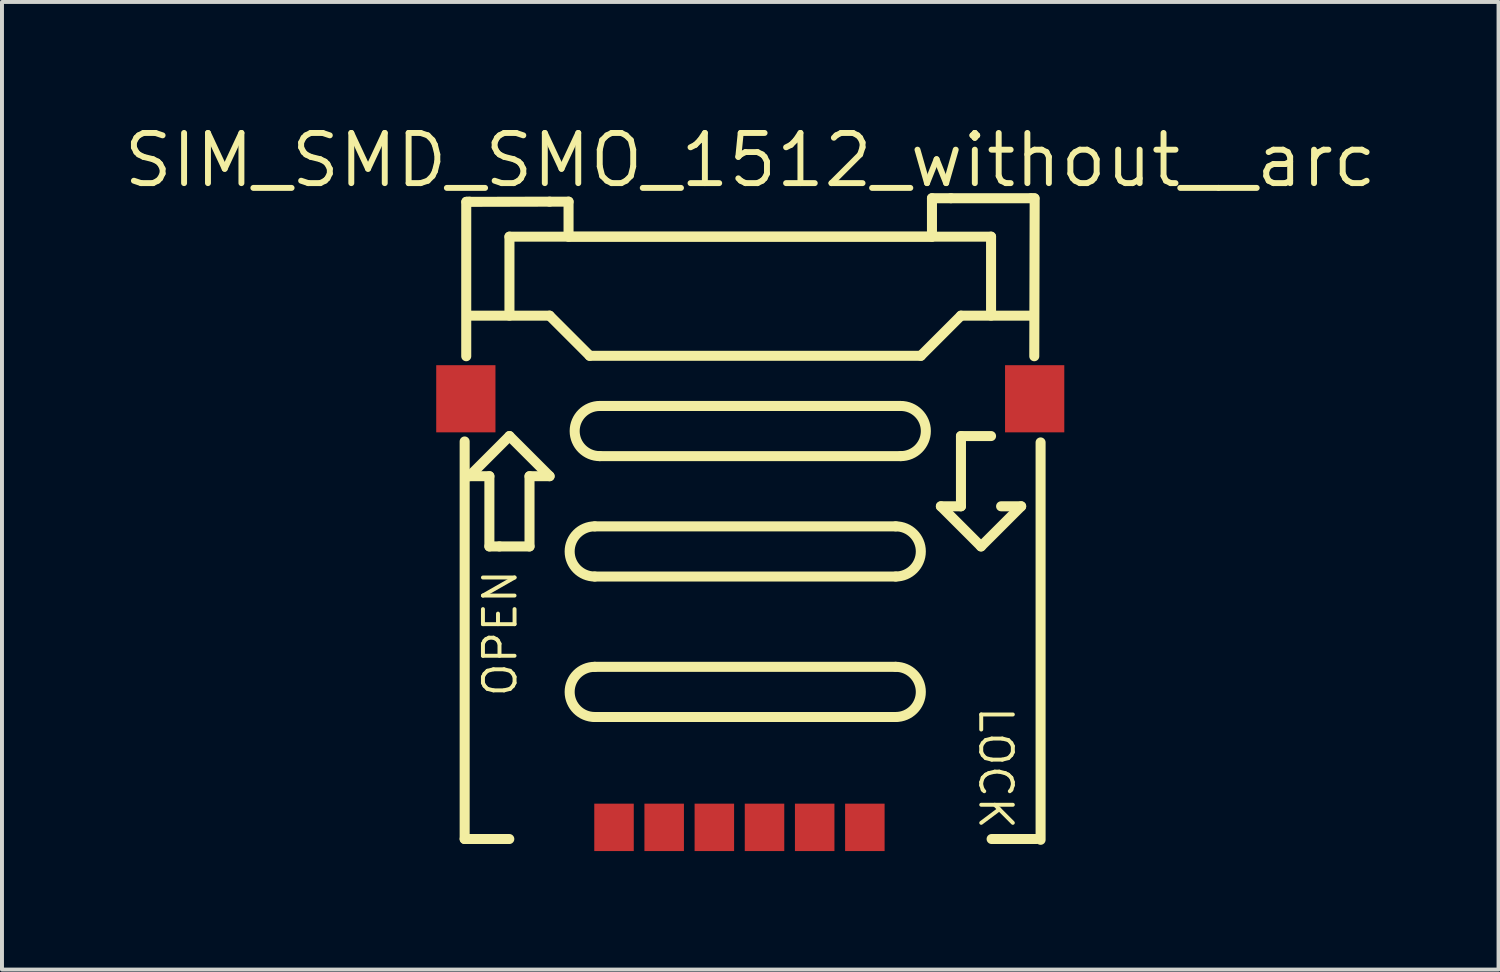
<source format=kicad_pcb>
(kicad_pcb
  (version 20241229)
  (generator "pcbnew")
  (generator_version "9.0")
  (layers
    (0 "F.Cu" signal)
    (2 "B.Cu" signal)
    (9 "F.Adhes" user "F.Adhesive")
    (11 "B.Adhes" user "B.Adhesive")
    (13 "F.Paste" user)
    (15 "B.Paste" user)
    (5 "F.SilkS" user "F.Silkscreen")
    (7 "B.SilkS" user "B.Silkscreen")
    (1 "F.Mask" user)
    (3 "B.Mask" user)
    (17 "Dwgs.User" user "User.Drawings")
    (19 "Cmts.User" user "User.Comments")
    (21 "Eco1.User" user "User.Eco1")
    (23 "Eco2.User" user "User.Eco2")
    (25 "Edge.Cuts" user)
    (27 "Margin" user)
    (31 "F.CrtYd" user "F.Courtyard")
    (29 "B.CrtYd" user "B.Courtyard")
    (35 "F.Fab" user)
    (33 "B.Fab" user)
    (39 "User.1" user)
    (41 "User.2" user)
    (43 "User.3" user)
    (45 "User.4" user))
  (footprint "SIM_SMD_SMO_1512_without__arc"
    (layer "F.Cu")
    (at 15.943 12.47)
    (property "Reference" "SIM_SMD_SMO_1512_without__arc" (at 0 -11.464 180) (layer "F.SilkS") (effects (font (size 1.27 1.27) (thickness 0.15))))
    (fp_line (start -7.23 -4.344) (end -7.23 5.72) (stroke (width 0.254) (type default)) (layer "F.SilkS"))
    (fp_line (start -7.23 5.72) (end -6.1 5.72) (stroke (width 0.254) (type default)) (layer "F.SilkS"))
    (fp_line (start -7.19 -10.41) (end -7.19 -6.502) (stroke (width 0.254) (type default)) (layer "F.SilkS"))
    (fp_line (start -7.181 -10.41) (end -5.08 -10.415) (stroke (width 0.254) (type default)) (layer "F.SilkS"))
    (fp_line (start -7.112 -10.415) (end -7.181 -10.41) (stroke (width 0.254) (type default)) (layer "F.SilkS"))
    (fp_line (start -7.112 -7.529) (end -5.08 -7.529) (stroke (width 0.254) (type default)) (layer "F.SilkS"))
    (fp_line (start -7.112 -3.465) (end -6.604 -3.465) (stroke (width 0.254) (type default)) (layer "F.SilkS"))
    (fp_line (start -6.604 -3.465) (end -6.604 -1.687) (stroke (width 0.254) (type default)) (layer "F.SilkS"))
    (fp_line (start -6.604 -1.687) (end -6.35 -1.687) (stroke (width 0.254) (type default)) (layer "F.SilkS"))
    (fp_line (start -6.35 -1.687) (end -5.588 -1.687) (stroke (width 0.254) (type default)) (layer "F.SilkS"))
    (fp_line (start -6.096 -9.529) (end 6.096 -9.529) (stroke (width 0.254) (type default)) (layer "F.SilkS"))
    (fp_line (start -6.096 -7.53) (end -6.096 -9.529) (stroke (width 0.254) (type default)) (layer "F.SilkS"))
    (fp_line (start -6.096 -4.481) (end -7.112 -3.465) (stroke (width 0.254) (type default)) (layer "F.SilkS"))
    (fp_line (start -5.588 -3.465) (end -5.08 -3.465) (stroke (width 0.254) (type default)) (layer "F.SilkS"))
    (fp_line (start -5.588 -1.687) (end -5.588 -3.465) (stroke (width 0.254) (type default)) (layer "F.SilkS"))
    (fp_line (start -5.08 -10.415) (end -4.6 -10.415) (stroke (width 0.254) (type default)) (layer "F.SilkS"))
    (fp_line (start -5.08 -7.529) (end -4.064 -6.513) (stroke (width 0.254) (type default)) (layer "F.SilkS"))
    (fp_line (start -5.08 -3.465) (end -6.096 -4.481) (stroke (width 0.254) (type default)) (layer "F.SilkS"))
    (fp_line (start -4.6 -10.415) (end -4.6 -9.529) (stroke (width 0.254) (type default)) (layer "F.SilkS"))
    (fp_line (start -4.6 -9.529) (end 4.6 -9.529) (stroke (width 0.254) (type default)) (layer "F.SilkS"))
    (fp_line (start -4.064 -6.513) (end 4.318 -6.513) (stroke (width 0.254) (type default)) (layer "F.SilkS"))
    (fp_line (start -3.937 -2.195) (end 3.683 -2.195) (stroke (width 0.254) (type default)) (layer "F.SilkS"))
    (fp_line (start -3.937 -0.925) (end 3.683 -0.925) (stroke (width 0.254) (type default)) (layer "F.SilkS"))
    (fp_line (start -3.937 1.361) (end 3.683 1.361) (stroke (width 0.254) (type default)) (layer "F.SilkS"))
    (fp_line (start -3.937 2.631) (end 3.683 2.631) (stroke (width 0.254) (type default)) (layer "F.SilkS"))
    (fp_line (start -3.81 -5.243) (end 3.81 -5.243) (stroke (width 0.254) (type default)) (layer "F.SilkS"))
    (fp_line (start -3.81 -3.973) (end 3.81 -3.973) (stroke (width 0.254) (type default)) (layer "F.SilkS"))
    (fp_line (start 4.318 -6.513) (end 5.334 -7.529) (stroke (width 0.254) (type default)) (layer "F.SilkS"))
    (fp_line (start 4.6 -10.502) (end 5.08 -10.502) (stroke (width 0.254) (type default)) (layer "F.SilkS"))
    (fp_line (start 4.6 -9.529) (end 4.6 -10.502) (stroke (width 0.254) (type default)) (layer "F.SilkS"))
    (fp_line (start 4.826 -2.703) (end 5.842 -1.687) (stroke (width 0.254) (type default)) (layer "F.SilkS"))
    (fp_line (start 5.08 -10.502) (end 7.112 -10.502) (stroke (width 0.254) (type default)) (layer "F.SilkS"))
    (fp_line (start 5.334 -7.529) (end 7.112 -7.529) (stroke (width 0.254) (type default)) (layer "F.SilkS"))
    (fp_line (start 5.334 -4.481) (end 5.334 -2.703) (stroke (width 0.254) (type default)) (layer "F.SilkS"))
    (fp_line (start 5.334 -2.703) (end 4.826 -2.703) (stroke (width 0.254) (type default)) (layer "F.SilkS"))
    (fp_line (start 5.842 -1.687) (end 6.858 -2.703) (stroke (width 0.254) (type default)) (layer "F.SilkS"))
    (fp_line (start 6.096 -9.529) (end 6.096 -7.53) (stroke (width 0.254) (type default)) (layer "F.SilkS"))
    (fp_line (start 6.096 -4.481) (end 5.334 -4.481) (stroke (width 0.254) (type default)) (layer "F.SilkS"))
    (fp_line (start 6.11 5.72) (end 7.24 5.72) (stroke (width 0.254) (type default)) (layer "F.SilkS"))
    (fp_line (start 6.858 -2.703) (end 6.35 -2.703) (stroke (width 0.254) (type default)) (layer "F.SilkS"))
    (fp_line (start 7.112 -10.502) (end 7.191 -10.499) (stroke (width 0.254) (type default)) (layer "F.SilkS"))
    (fp_line (start 7.2 -10.5) (end 7.19 -6.502) (stroke (width 0.254) (type default)) (layer "F.SilkS"))
    (fp_line (start 7.35 -4.32) (end 7.35 5.74) (stroke (width 0.254) (type default)) (layer "F.SilkS"))
    (fp_arc (start -3.937 -0.925) (mid -4.572 -1.56) (end -3.937 -2.195) (stroke (width 0.254) (type default)) (layer "F.SilkS"))
    (fp_arc (start -3.937 2.631) (mid -4.572 1.996) (end -3.937 1.361) (stroke (width 0.254) (type default)) (layer "F.SilkS"))
    (fp_arc (start -3.81 -3.973) (mid -4.445 -4.608) (end -3.81 -5.243) (stroke (width 0.254) (type default)) (layer "F.SilkS"))
    (fp_arc (start 3.683 -2.195) (mid 4.318 -1.56) (end 3.683 -0.925) (stroke (width 0.254) (type default)) (layer "F.SilkS"))
    (fp_arc (start 3.683 1.361) (mid 4.318 1.996) (end 3.683 2.631) (stroke (width 0.254) (type default)) (layer "F.SilkS"))
    (fp_arc (start 3.81 -5.243) (mid 4.445 -4.608) (end 3.81 -3.973) (stroke (width 0.254) (type default)) (layer "F.SilkS"))
    (fp_circle (center 7.736 -10.4) (end 7.766 -10.4) (stroke (width 0.06) (type default)) (fill no) (layer "User.5"))
    (fp_text user "OPEN" (at -6.8 2.175 90) (unlocked yes) (layer "F.SilkS") (effects (font (size 0.8 0.8) (thickness 0.1)) (justify left top)))
    (fp_text user "LOCK" (at 6.68 2.311 270) (unlocked yes) (layer "F.SilkS") (effects (font (size 0.8 0.8) (thickness 0.1)) (justify left top)))
    (pad "7" smd rect (at 7.2 -5.425) (size 1.5 1.7) (layers "F.Cu" "F.Mask" "F.Paste"))
    (pad "8" smd rect (at -7.2 -5.425) (size 1.5 1.7) (layers "F.Cu" "F.Mask" "F.Paste"))
    (pad "C1" smd rect (at -2.179 5.425) (size 1 1.2) (layers "F.Cu" "F.Mask" "F.Paste"))
    (pad "C2" smd rect (at 0.361 5.425) (size 1 1.2) (layers "F.Cu" "F.Mask" "F.Paste"))
    (pad "C3" smd rect (at 2.901 5.425) (size 1 1.2) (layers "F.Cu" "F.Mask" "F.Paste"))
    (pad "C5" smd rect (at -3.449 5.425) (size 1 1.2) (layers "F.Cu" "F.Mask" "F.Paste"))
    (pad "C6" smd rect (at -0.909 5.425) (size 1 1.2) (layers "F.Cu" "F.Mask" "F.Paste"))
    (pad "C7" smd rect (at 1.631 5.425) (size 1 1.2) (layers "F.Cu" "F.Mask" "F.Paste"))
    (zone (net_name "") (layer "Dwgs.User") (hatch edge 0.5) (priority 100) (connect_pads yes) (min_thickness 0) (filled_areas_thickness no) (fill yes) (polygon (pts (arc (start 8.742763 2.1971) (mid 8.615763 2.0701) (end 8.742763 1.9431)) (arc (start 11.242763 1.9431) (mid 11.332566 1.980297) (end 11.369763 2.0701)) (xy 11.37 2.943) (xy 20.516 2.943) (arc (start 20.515763 2.0701) (mid 20.55296 1.980297) (end 20.642763 1.9431)) (arc (start 23.042763 1.9431) (mid 23.169763 2.0701) (end 23.042763 2.1971)) (xy 20.77 2.197) (arc (start 20.769763 3.0701) (mid 20.732566 3.159903) (end 20.642763 3.1971)) (arc (start 11.242763 3.1971) (mid 11.15296 3.159903) (end 11.115763 3.0701)) (xy 11.116 2.197))) (filled_polygon (layer "Dwgs.User") (island) (pts (arc (start 8.742763 2.1971) (mid 8.615763 2.0701) (end 8.742763 1.9431)) (arc (start 11.242763 1.9431) (mid 11.332566 1.980297) (end 11.369763 2.0701)) (xy 11.37 2.943) (xy 20.516 2.943) (arc (start 20.515763 2.0701) (mid 20.55296 1.980297) (end 20.642763 1.9431)) (arc (start 23.042763 1.9431) (mid 23.169763 2.0701) (end 23.042763 2.1971)) (xy 20.77 2.197) (arc (start 20.769763 3.0701) (mid 20.732566 3.159903) (end 20.642763 3.1971)) (arc (start 11.242763 3.1971) (mid 11.15296 3.159903) (end 11.115763 3.0701)) (xy 11.116 2.197))))
    (zone (net_name "") (layer "Dwgs.User") (hatch edge 0.5) (priority 100) (connect_pads yes) (min_thickness 0) (filled_areas_thickness no) (fill yes) (polygon (pts (arc (start 21.981063 18.2811) (mid 15.992763 16.727922) (end 10.004463 18.2811)) (arc (start 10.004463 18.2811) (mid 9.831763 18.2318) (end 9.881063 18.0591)) (arc (start 9.881063 18.0591) (mid 15.992763 16.473931) (end 22.104463 18.0591)) (arc (start 22.104463 18.0591) (mid 22.153763 18.2318) (end 21.981063 18.2811)))) (filled_polygon (layer "Dwgs.User") (island) (pts (arc (start 21.981063 18.2811) (mid 15.992763 16.727922) (end 10.004463 18.2811)) (arc (start 10.004463 18.2811) (mid 9.831763 18.2318) (end 9.881063 18.0591)) (arc (start 9.881063 18.0591) (mid 15.992763 16.473931) (end 22.104463 18.0591)) (arc (start 22.104463 18.0591) (mid 22.153763 18.2318) (end 21.981063 18.2811)))))
    (zone (net_name "") (layer "User.3") (hatch edge 0.5) (priority 100) (connect_pads yes) (min_thickness 0) (filled_areas_thickness no) (fill yes) (polygon (pts (xy 8.613 2.07) (xy 11.343 2.07) (xy 11.343 2.92) (xy 20.543 2.92) (xy 20.543 2.07) (xy 23.273 2.07) (xy 23.273 18.19) (xy 8.613 18.19))) (filled_polygon (layer "User.3") (island) (pts (xy 8.613 2.07) (xy 11.343 2.07) (xy 11.343 2.92) (xy 20.543 2.92) (xy 20.543 2.07) (xy 23.273 2.07) (xy 23.273 18.19) (xy 8.613 18.19))))
    (zone (net_name "") (layer "User.4") (hatch edge 0.5) (priority 100) (connect_pads yes) (min_thickness 0) (filled_areas_thickness no) (fill yes) (polygon (pts (xy 8.069 7.45) (xy 9.279 7.45) (xy 9.279 6.64) (xy 8.069 6.64))) (filled_polygon (layer "User.4") (island) (pts (xy 8.069 7.45) (xy 9.279 7.45) (xy 9.279 6.64) (xy 8.069 6.64))))
    (zone (net_name "") (layer "User.4") (hatch edge 0.5) (priority 100) (connect_pads yes) (min_thickness 0) (filled_areas_thickness no) (fill yes) (polygon (pts (xy 12.793 17.296) (xy 12.193 17.296) (xy 12.193 18.494) (xy 12.793 18.494))) (filled_polygon (layer "User.4") (island) (pts (xy 12.793 17.296) (xy 12.193 17.296) (xy 12.193 18.494) (xy 12.793 18.494))))
    (zone (net_name "") (layer "User.4") (hatch edge 0.5) (priority 100) (connect_pads yes) (min_thickness 0) (filled_areas_thickness no) (fill yes) (polygon (pts (xy 14.064 17.296) (xy 13.464 17.296) (xy 13.464 18.494) (xy 14.064 18.494))) (filled_polygon (layer "User.4") (island) (pts (xy 14.064 17.296) (xy 13.464 17.296) (xy 13.464 18.494) (xy 14.064 18.494))))
    (zone (net_name "") (layer "User.4") (hatch edge 0.5) (priority 100) (connect_pads yes) (min_thickness 0) (filled_areas_thickness no) (fill yes) (polygon (pts (xy 15.333 17.296) (xy 14.733 17.296) (xy 14.733 18.494) (xy 15.333 18.494))) (filled_polygon (layer "User.4") (island) (pts (xy 15.333 17.296) (xy 14.733 17.296) (xy 14.733 18.494) (xy 15.333 18.494))))
    (zone (net_name "") (layer "User.4") (hatch edge 0.5) (priority 100) (connect_pads yes) (min_thickness 0) (filled_areas_thickness no) (fill yes) (polygon (pts (xy 16.603 17.296) (xy 16.003 17.296) (xy 16.003 18.494) (xy 16.603 18.494))) (filled_polygon (layer "User.4") (island) (pts (xy 16.603 17.296) (xy 16.003 17.296) (xy 16.003 18.494) (xy 16.603 18.494))))
    (zone (net_name "") (layer "User.4") (hatch edge 0.5) (priority 100) (connect_pads yes) (min_thickness 0) (filled_areas_thickness no) (fill yes) (polygon (pts (xy 17.873 17.296) (xy 17.273 17.296) (xy 17.273 18.494) (xy 17.873 18.494))) (filled_polygon (layer "User.4") (island) (pts (xy 17.873 17.296) (xy 17.273 17.296) (xy 17.273 18.494) (xy 17.873 18.494))))
    (zone (net_name "") (layer "User.4") (hatch edge 0.5) (priority 100) (connect_pads yes) (min_thickness 0) (filled_areas_thickness no) (fill yes) (polygon (pts (xy 19.143 17.296) (xy 18.543 17.296) (xy 18.543 18.494) (xy 19.143 18.494))) (filled_polygon (layer "User.4") (island) (pts (xy 19.143 17.296) (xy 18.543 17.296) (xy 18.543 18.494) (xy 19.143 18.494))))
    (zone (net_name "") (layer "User.4") (hatch edge 0.5) (priority 100) (connect_pads yes) (min_thickness 0) (filled_areas_thickness no) (fill yes) (polygon (pts (xy 22.469 7.45) (xy 23.679 7.45) (xy 23.679 6.64) (xy 22.469 6.64))) (filled_polygon (layer "User.4") (island) (pts (xy 22.469 7.45) (xy 23.679 7.45) (xy 23.679 6.64) (xy 22.469 6.64)))))
  (gr_rect
    (start -3 -3)
    (end 34.886 21.495)
    (stroke (width 0.1) (type default))
    (fill no)
    (layer "Edge.Cuts")))
</source>
